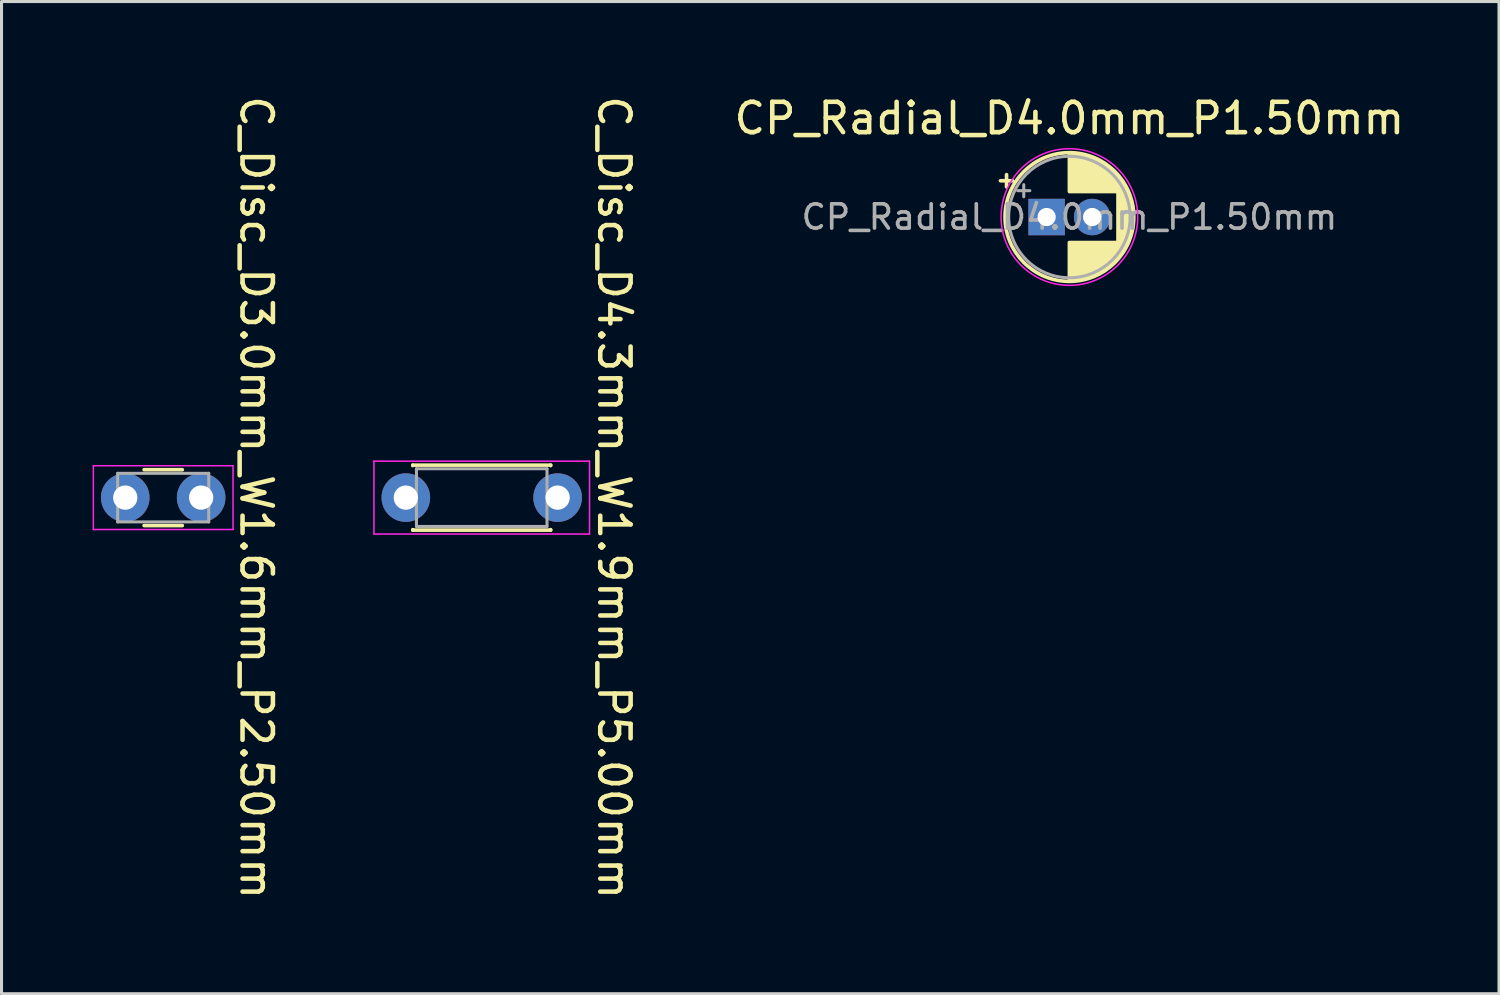
<source format=kicad_pcb>
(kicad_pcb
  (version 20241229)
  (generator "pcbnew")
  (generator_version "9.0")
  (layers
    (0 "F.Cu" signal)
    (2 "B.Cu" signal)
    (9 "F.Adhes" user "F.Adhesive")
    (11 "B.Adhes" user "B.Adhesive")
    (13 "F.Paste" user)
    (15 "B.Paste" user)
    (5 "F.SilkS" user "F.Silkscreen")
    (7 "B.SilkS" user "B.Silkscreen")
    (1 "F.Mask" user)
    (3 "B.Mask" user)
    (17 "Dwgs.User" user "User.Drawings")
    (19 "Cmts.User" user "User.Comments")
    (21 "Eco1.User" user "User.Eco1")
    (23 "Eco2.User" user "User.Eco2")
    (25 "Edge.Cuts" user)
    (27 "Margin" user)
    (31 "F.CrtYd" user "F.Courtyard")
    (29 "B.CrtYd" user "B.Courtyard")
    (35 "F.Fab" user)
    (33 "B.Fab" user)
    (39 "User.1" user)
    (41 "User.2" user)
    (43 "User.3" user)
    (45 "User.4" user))
  (footprint "C_Disc_D4.3mm_W1.9mm_P5.00mm"
    (layer "F.Cu")
    (at 10.316 13.339)
    (property "Reference" "C_Disc_D4.3mm_W1.9mm_P5.00mm" (at 6.858 0 270) (unlocked yes) (layer "F.SilkS") (effects (font (size 1 1) (thickness 0.15))))
    (attr through_hole)
    (fp_line (start 0.23 -1.07) (end 0.23 -1.055) (stroke (width 0.12) (type solid)) (layer "F.SilkS"))
    (fp_line (start 0.23 -1.07) (end 4.77 -1.07) (stroke (width 0.12) (type solid)) (layer "F.SilkS"))
    (fp_line (start 0.23 1.055) (end 0.23 1.07) (stroke (width 0.12) (type solid)) (layer "F.SilkS"))
    (fp_line (start 0.23 1.07) (end 4.77 1.07) (stroke (width 0.12) (type solid)) (layer "F.SilkS"))
    (fp_line (start 4.77 -1.07) (end 4.77 -1.055) (stroke (width 0.12) (type solid)) (layer "F.SilkS"))
    (fp_line (start 4.77 1.055) (end 4.77 1.07) (stroke (width 0.12) (type solid)) (layer "F.SilkS"))
    (fp_line (start -1.05 -1.2) (end -1.05 1.2) (stroke (width 0.05) (type solid)) (layer "F.CrtYd"))
    (fp_line (start -1.05 1.2) (end 6.05 1.2) (stroke (width 0.05) (type solid)) (layer "F.CrtYd"))
    (fp_line (start 6.05 -1.2) (end -1.05 -1.2) (stroke (width 0.05) (type solid)) (layer "F.CrtYd"))
    (fp_line (start 6.05 1.2) (end 6.05 -1.2) (stroke (width 0.05) (type solid)) (layer "F.CrtYd"))
    (fp_line (start 0.35 -0.95) (end 0.35 0.95) (stroke (width 0.1) (type solid)) (layer "F.Fab"))
    (fp_line (start 0.35 0.95) (end 4.65 0.95) (stroke (width 0.1) (type solid)) (layer "F.Fab"))
    (fp_line (start 4.65 -0.95) (end 0.35 -0.95) (stroke (width 0.1) (type solid)) (layer "F.Fab"))
    (fp_line (start 4.65 0.95) (end 4.65 -0.95) (stroke (width 0.1) (type solid)) (layer "F.Fab"))
    (pad "1" thru_hole circle (at 0 0) (size 1.6 1.6) (drill 0.8) (layers "*.Cu" "*.Mask"))
    (pad "2" thru_hole circle (at 5 0) (size 1.6 1.6) (drill 0.8) (layers "*.Cu" "*.Mask")))
  (footprint "CP_Radial_D4.0mm_P1.50mm"
    (layer "F.Cu")
    (at 31.421 4.098)
    (property "Reference" "CP_Radial_D4.0mm_P1.50mm" (at 0.75 -3.25 0) (layer "F.SilkS") (effects (font (size 1 1) (thickness 0.15))))
    (attr through_hole)
    (fp_line (start -1.52 -1.195) (end -1.12 -1.195) (stroke (width 0.12) (type solid)) (layer "F.SilkS"))
    (fp_line (start -1.32 -1.395) (end -1.32 -0.995) (stroke (width 0.12) (type solid)) (layer "F.SilkS"))
    (fp_line (start 0.75 -2.08) (end 0.75 -0.84) (stroke (width 0.12) (type solid)) (layer "F.SilkS"))
    (fp_line (start 0.75 0.84) (end 0.75 2.08) (stroke (width 0.12) (type solid)) (layer "F.SilkS"))
    (fp_line (start 0.79 -2.08) (end 0.79 -0.84) (stroke (width 0.12) (type solid)) (layer "F.SilkS"))
    (fp_line (start 0.79 0.84) (end 0.79 2.08) (stroke (width 0.12) (type solid)) (layer "F.SilkS"))
    (fp_line (start 0.83 -2.079) (end 0.83 -0.84) (stroke (width 0.12) (type solid)) (layer "F.SilkS"))
    (fp_line (start 0.83 0.84) (end 0.83 2.079) (stroke (width 0.12) (type solid)) (layer "F.SilkS"))
    (fp_line (start 0.87 -2.077) (end 0.87 -0.84) (stroke (width 0.12) (type solid)) (layer "F.SilkS"))
    (fp_line (start 0.87 0.84) (end 0.87 2.077) (stroke (width 0.12) (type solid)) (layer "F.SilkS"))
    (fp_line (start 0.91 -2.074) (end 0.91 -0.84) (stroke (width 0.12) (type solid)) (layer "F.SilkS"))
    (fp_line (start 0.91 0.84) (end 0.91 2.074) (stroke (width 0.12) (type solid)) (layer "F.SilkS"))
    (fp_line (start 0.95 -2.071) (end 0.95 -0.84) (stroke (width 0.12) (type solid)) (layer "F.SilkS"))
    (fp_line (start 0.95 0.84) (end 0.95 2.071) (stroke (width 0.12) (type solid)) (layer "F.SilkS"))
    (fp_line (start 0.99 -2.067) (end 0.99 -0.84) (stroke (width 0.12) (type solid)) (layer "F.SilkS"))
    (fp_line (start 0.99 0.84) (end 0.99 2.067) (stroke (width 0.12) (type solid)) (layer "F.SilkS"))
    (fp_line (start 1.03 -2.062) (end 1.03 -0.84) (stroke (width 0.12) (type solid)) (layer "F.SilkS"))
    (fp_line (start 1.03 0.84) (end 1.03 2.062) (stroke (width 0.12) (type solid)) (layer "F.SilkS"))
    (fp_line (start 1.07 -2.056) (end 1.07 -0.84) (stroke (width 0.12) (type solid)) (layer "F.SilkS"))
    (fp_line (start 1.07 0.84) (end 1.07 2.056) (stroke (width 0.12) (type solid)) (layer "F.SilkS"))
    (fp_line (start 1.11 -2.05) (end 1.11 -0.84) (stroke (width 0.12) (type solid)) (layer "F.SilkS"))
    (fp_line (start 1.11 0.84) (end 1.11 2.05) (stroke (width 0.12) (type solid)) (layer "F.SilkS"))
    (fp_line (start 1.15 -2.042) (end 1.15 -0.84) (stroke (width 0.12) (type solid)) (layer "F.SilkS"))
    (fp_line (start 1.15 0.84) (end 1.15 2.042) (stroke (width 0.12) (type solid)) (layer "F.SilkS"))
    (fp_line (start 1.19 -2.034) (end 1.19 -0.84) (stroke (width 0.12) (type solid)) (layer "F.SilkS"))
    (fp_line (start 1.19 0.84) (end 1.19 2.034) (stroke (width 0.12) (type solid)) (layer "F.SilkS"))
    (fp_line (start 1.23 -2.025) (end 1.23 -0.84) (stroke (width 0.12) (type solid)) (layer "F.SilkS"))
    (fp_line (start 1.23 0.84) (end 1.23 2.025) (stroke (width 0.12) (type solid)) (layer "F.SilkS"))
    (fp_line (start 1.27 -2.016) (end 1.27 -0.84) (stroke (width 0.12) (type solid)) (layer "F.SilkS"))
    (fp_line (start 1.27 0.84) (end 1.27 2.016) (stroke (width 0.12) (type solid)) (layer "F.SilkS"))
    (fp_line (start 1.31 -2.005) (end 1.31 -0.84) (stroke (width 0.12) (type solid)) (layer "F.SilkS"))
    (fp_line (start 1.31 0.84) (end 1.31 2.005) (stroke (width 0.12) (type solid)) (layer "F.SilkS"))
    (fp_line (start 1.35 -1.994) (end 1.35 -0.84) (stroke (width 0.12) (type solid)) (layer "F.SilkS"))
    (fp_line (start 1.35 0.84) (end 1.35 1.994) (stroke (width 0.12) (type solid)) (layer "F.SilkS"))
    (fp_line (start 1.39 -1.982) (end 1.39 -0.84) (stroke (width 0.12) (type solid)) (layer "F.SilkS"))
    (fp_line (start 1.39 0.84) (end 1.39 1.982) (stroke (width 0.12) (type solid)) (layer "F.SilkS"))
    (fp_line (start 1.43 -1.968) (end 1.43 -0.84) (stroke (width 0.12) (type solid)) (layer "F.SilkS"))
    (fp_line (start 1.43 0.84) (end 1.43 1.968) (stroke (width 0.12) (type solid)) (layer "F.SilkS"))
    (fp_line (start 1.471 -1.954) (end 1.471 -0.84) (stroke (width 0.12) (type solid)) (layer "F.SilkS"))
    (fp_line (start 1.471 0.84) (end 1.471 1.954) (stroke (width 0.12) (type solid)) (layer "F.SilkS"))
    (fp_line (start 1.511 -1.94) (end 1.511 -0.84) (stroke (width 0.12) (type solid)) (layer "F.SilkS"))
    (fp_line (start 1.511 0.84) (end 1.511 1.94) (stroke (width 0.12) (type solid)) (layer "F.SilkS"))
    (fp_line (start 1.551 -1.924) (end 1.551 -0.84) (stroke (width 0.12) (type solid)) (layer "F.SilkS"))
    (fp_line (start 1.551 0.84) (end 1.551 1.924) (stroke (width 0.12) (type solid)) (layer "F.SilkS"))
    (fp_line (start 1.591 -1.907) (end 1.591 -0.84) (stroke (width 0.12) (type solid)) (layer "F.SilkS"))
    (fp_line (start 1.591 0.84) (end 1.591 1.907) (stroke (width 0.12) (type solid)) (layer "F.SilkS"))
    (fp_line (start 1.631 -1.889) (end 1.631 -0.84) (stroke (width 0.12) (type solid)) (layer "F.SilkS"))
    (fp_line (start 1.631 0.84) (end 1.631 1.889) (stroke (width 0.12) (type solid)) (layer "F.SilkS"))
    (fp_line (start 1.671 -1.87) (end 1.671 -0.84) (stroke (width 0.12) (type solid)) (layer "F.SilkS"))
    (fp_line (start 1.671 0.84) (end 1.671 1.87) (stroke (width 0.12) (type solid)) (layer "F.SilkS"))
    (fp_line (start 1.711 -1.851) (end 1.711 -0.84) (stroke (width 0.12) (type solid)) (layer "F.SilkS"))
    (fp_line (start 1.711 0.84) (end 1.711 1.851) (stroke (width 0.12) (type solid)) (layer "F.SilkS"))
    (fp_line (start 1.751 -1.83) (end 1.751 -0.84) (stroke (width 0.12) (type solid)) (layer "F.SilkS"))
    (fp_line (start 1.751 0.84) (end 1.751 1.83) (stroke (width 0.12) (type solid)) (layer "F.SilkS"))
    (fp_line (start 1.791 -1.808) (end 1.791 -0.84) (stroke (width 0.12) (type solid)) (layer "F.SilkS"))
    (fp_line (start 1.791 0.84) (end 1.791 1.808) (stroke (width 0.12) (type solid)) (layer "F.SilkS"))
    (fp_line (start 1.831 -1.785) (end 1.831 -0.84) (stroke (width 0.12) (type solid)) (layer "F.SilkS"))
    (fp_line (start 1.831 0.84) (end 1.831 1.785) (stroke (width 0.12) (type solid)) (layer "F.SilkS"))
    (fp_line (start 1.871 -1.76) (end 1.871 -0.84) (stroke (width 0.12) (type solid)) (layer "F.SilkS"))
    (fp_line (start 1.871 0.84) (end 1.871 1.76) (stroke (width 0.12) (type solid)) (layer "F.SilkS"))
    (fp_line (start 1.911 -1.735) (end 1.911 -0.84) (stroke (width 0.12) (type solid)) (layer "F.SilkS"))
    (fp_line (start 1.911 0.84) (end 1.911 1.735) (stroke (width 0.12) (type solid)) (layer "F.SilkS"))
    (fp_line (start 1.951 -1.708) (end 1.951 -0.84) (stroke (width 0.12) (type solid)) (layer "F.SilkS"))
    (fp_line (start 1.951 0.84) (end 1.951 1.708) (stroke (width 0.12) (type solid)) (layer "F.SilkS"))
    (fp_line (start 1.991 -1.68) (end 1.991 -0.84) (stroke (width 0.12) (type solid)) (layer "F.SilkS"))
    (fp_line (start 1.991 0.84) (end 1.991 1.68) (stroke (width 0.12) (type solid)) (layer "F.SilkS"))
    (fp_line (start 2.031 -1.65) (end 2.031 -0.84) (stroke (width 0.12) (type solid)) (layer "F.SilkS"))
    (fp_line (start 2.031 0.84) (end 2.031 1.65) (stroke (width 0.12) (type solid)) (layer "F.SilkS"))
    (fp_line (start 2.071 -1.619) (end 2.071 -0.84) (stroke (width 0.12) (type solid)) (layer "F.SilkS"))
    (fp_line (start 2.071 0.84) (end 2.071 1.619) (stroke (width 0.12) (type solid)) (layer "F.SilkS"))
    (fp_line (start 2.111 -1.587) (end 2.111 -0.84) (stroke (width 0.12) (type solid)) (layer "F.SilkS"))
    (fp_line (start 2.111 0.84) (end 2.111 1.587) (stroke (width 0.12) (type solid)) (layer "F.SilkS"))
    (fp_line (start 2.151 -1.552) (end 2.151 -0.84) (stroke (width 0.12) (type solid)) (layer "F.SilkS"))
    (fp_line (start 2.151 0.84) (end 2.151 1.552) (stroke (width 0.12) (type solid)) (layer "F.SilkS"))
    (fp_line (start 2.191 -1.516) (end 2.191 -0.84) (stroke (width 0.12) (type solid)) (layer "F.SilkS"))
    (fp_line (start 2.191 0.84) (end 2.191 1.516) (stroke (width 0.12) (type solid)) (layer "F.SilkS"))
    (fp_line (start 2.231 -1.478) (end 2.231 -0.84) (stroke (width 0.12) (type solid)) (layer "F.SilkS"))
    (fp_line (start 2.231 0.84) (end 2.231 1.478) (stroke (width 0.12) (type solid)) (layer "F.SilkS"))
    (fp_line (start 2.271 -1.438) (end 2.271 -0.84) (stroke (width 0.12) (type solid)) (layer "F.SilkS"))
    (fp_line (start 2.271 0.84) (end 2.271 1.438) (stroke (width 0.12) (type solid)) (layer "F.SilkS"))
    (fp_line (start 2.311 -1.396) (end 2.311 -0.84) (stroke (width 0.12) (type solid)) (layer "F.SilkS"))
    (fp_line (start 2.311 0.84) (end 2.311 1.396) (stroke (width 0.12) (type solid)) (layer "F.SilkS"))
    (fp_line (start 2.351 -1.351) (end 2.351 1.351) (stroke (width 0.12) (type solid)) (layer "F.SilkS"))
    (fp_line (start 2.391 -1.304) (end 2.391 1.304) (stroke (width 0.12) (type solid)) (layer "F.SilkS"))
    (fp_line (start 2.431 -1.254) (end 2.431 1.254) (stroke (width 0.12) (type solid)) (layer "F.SilkS"))
    (fp_line (start 2.471 -1.2) (end 2.471 1.2) (stroke (width 0.12) (type solid)) (layer "F.SilkS"))
    (fp_line (start 2.511 -1.142) (end 2.511 1.142) (stroke (width 0.12) (type solid)) (layer "F.SilkS"))
    (fp_line (start 2.551 -1.08) (end 2.551 1.08) (stroke (width 0.12) (type solid)) (layer "F.SilkS"))
    (fp_line (start 2.591 -1.013) (end 2.591 1.013) (stroke (width 0.12) (type solid)) (layer "F.SilkS"))
    (fp_line (start 2.631 -0.94) (end 2.631 0.94) (stroke (width 0.12) (type solid)) (layer "F.SilkS"))
    (fp_line (start 2.671 -0.859) (end 2.671 0.859) (stroke (width 0.12) (type solid)) (layer "F.SilkS"))
    (fp_line (start 2.711 -0.768) (end 2.711 0.768) (stroke (width 0.12) (type solid)) (layer "F.SilkS"))
    (fp_line (start 2.751 -0.664) (end 2.751 0.664) (stroke (width 0.12) (type solid)) (layer "F.SilkS"))
    (fp_line (start 2.791 -0.537) (end 2.791 0.537) (stroke (width 0.12) (type solid)) (layer "F.SilkS"))
    (fp_line (start 2.831 -0.37) (end 2.831 0.37) (stroke (width 0.12) (type solid)) (layer "F.SilkS"))
    (fp_circle (center 0.75 0) (end 2.87 0) (stroke (width 0.12) (type solid)) (fill no) (layer "F.SilkS"))
    (fp_circle (center 0.75 0) (end 3 0) (stroke (width 0.05) (type solid)) (fill no) (layer "F.CrtYd"))
    (fp_line (start -0.953 -0.868) (end -0.553 -0.868) (stroke (width 0.1) (type solid)) (layer "F.Fab"))
    (fp_line (start -0.753 -1.067) (end -0.753 -0.667) (stroke (width 0.1) (type solid)) (layer "F.Fab"))
    (fp_circle (center 0.75 0) (end 2.75 0) (stroke (width 0.1) (type solid)) (fill no) (layer "F.Fab"))
    (fp_text user "${REFERENCE}" (at 0.75 0 0) (layer "F.Fab") (effects (font (size 0.8 0.8) (thickness 0.12))))
    (pad "1" thru_hole rect (at 0 0) (size 1.2 1.2) (drill 0.6) (layers "*.Cu" "*.Mask"))
    (pad "2" thru_hole circle (at 1.5 0) (size 1.2 1.2) (drill 0.6) (layers "*.Cu" "*.Mask")))
  (footprint "C_Disc_D3.0mm_W1.6mm_P2.50mm"
    (layer "F.Cu")
    (at 1.075 13.339)
    (property "Reference" "C_Disc_D3.0mm_W1.6mm_P2.50mm" (at 4.318 0 270) (unlocked yes) (layer "F.SilkS") (effects (font (size 1 1) (thickness 0.15))))
    (attr through_hole)
    (fp_line (start 0.621 -0.92) (end 1.879 -0.92) (stroke (width 0.12) (type solid)) (layer "F.SilkS"))
    (fp_line (start 0.621 0.92) (end 1.879 0.92) (stroke (width 0.12) (type solid)) (layer "F.SilkS"))
    (fp_line (start -1.05 -1.05) (end -1.05 1.05) (stroke (width 0.05) (type solid)) (layer "F.CrtYd"))
    (fp_line (start -1.05 1.05) (end 3.55 1.05) (stroke (width 0.05) (type solid)) (layer "F.CrtYd"))
    (fp_line (start 3.55 -1.05) (end -1.05 -1.05) (stroke (width 0.05) (type solid)) (layer "F.CrtYd"))
    (fp_line (start 3.55 1.05) (end 3.55 -1.05) (stroke (width 0.05) (type solid)) (layer "F.CrtYd"))
    (fp_line (start -0.25 -0.8) (end -0.25 0.8) (stroke (width 0.1) (type solid)) (layer "F.Fab"))
    (fp_line (start -0.25 0.8) (end 2.75 0.8) (stroke (width 0.1) (type solid)) (layer "F.Fab"))
    (fp_line (start 2.75 -0.8) (end -0.25 -0.8) (stroke (width 0.1) (type solid)) (layer "F.Fab"))
    (fp_line (start 2.75 0.8) (end 2.75 -0.8) (stroke (width 0.1) (type solid)) (layer "F.Fab"))
    (pad "1" thru_hole circle (at 0 0) (size 1.6 1.6) (drill 0.8) (layers "*.Cu" "*.Mask"))
    (pad "2" thru_hole circle (at 2.5 0) (size 1.6 1.6) (drill 0.8) (layers "*.Cu" "*.Mask")))
  (gr_rect
    (start -3 -3)
    (end 46.32 29.679)
    (stroke (width 0.1) (type default))
    (fill no)
    (layer "Edge.Cuts")))
</source>
